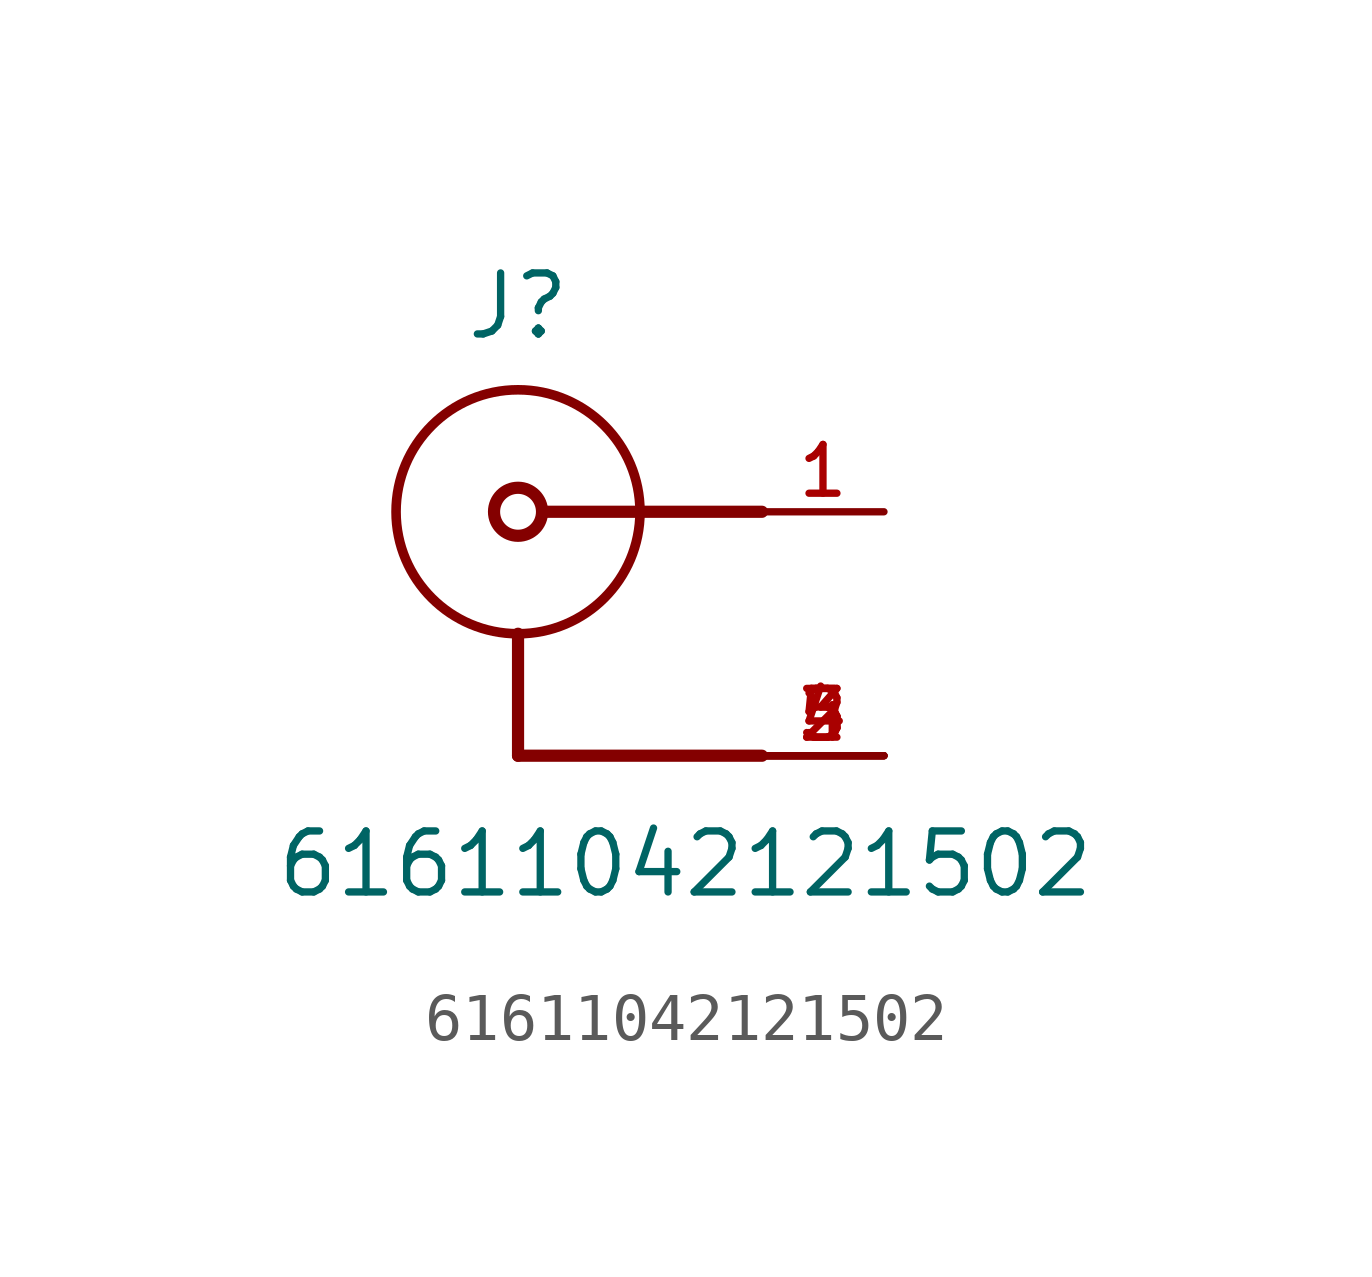
<source format=kicad_sym>
(kicad_symbol_lib
  (version 20211014)
  (generator kicad_symbol_editor)
  (symbol "61611042121502"
    (pin_names
      (offset 1.016))
    (property "Reference" "J"
      (at 0.0 3.54 0)
      (effects (font (size 1.27 1.27)) (justify bottom)))
    (property "Value" "61611042121502"
      (at -5.08 -8.08 0)
      (effects (font (size 1.27 1.27)) (justify bottom left)))
    (symbol "61611042121502_0_0"
      (circle (center 0.0 0.0) (radius 2.54) (stroke (width 0.2)) (fill (type none)))
      (circle (center 0.0 0.0) (radius 0.5) (stroke (width 0.254)) (fill (type none)))
      (polyline (pts (xy 0.0 -2.54) (xy 0.0 -5.08)) (stroke (width 0.254)))
      (polyline (pts (xy 0.0 -5.08) (xy 5.08 -5.08)) (stroke (width 0.254)))
      (polyline (pts (xy 5.08 0.0) (xy 0.54 0.0)) (stroke (width 0.254)))
      (pin passive line (at 7.62 0.0 180.0) (length 2.54) (name "~" (effects (font (size 1.016 1.016)))) (number "1" (effects (font (size 1.016 1.016)))))
      (pin passive line (at 7.62 -5.08 180.0) (length 2.54) (name "~" (effects (font (size 1.016 1.016)))) (number "2" (effects (font (size 1.016 1.016)))))
      (pin passive line (at 7.62 -5.08 180.0) (length 2.54) (name "~" (effects (font (size 1.016 1.016)))) (number "3" (effects (font (size 1.016 1.016)))))
      (pin passive line (at 7.62 -5.08 180.0) (length 2.54) (name "~" (effects (font (size 1.016 1.016)))) (number "4" (effects (font (size 1.016 1.016)))))
      (pin passive line (at 7.62 -5.08 180.0) (length 2.54) (name "~" (effects (font (size 1.016 1.016)))) (number "5" (effects (font (size 1.016 1.016))))))))
</source>
